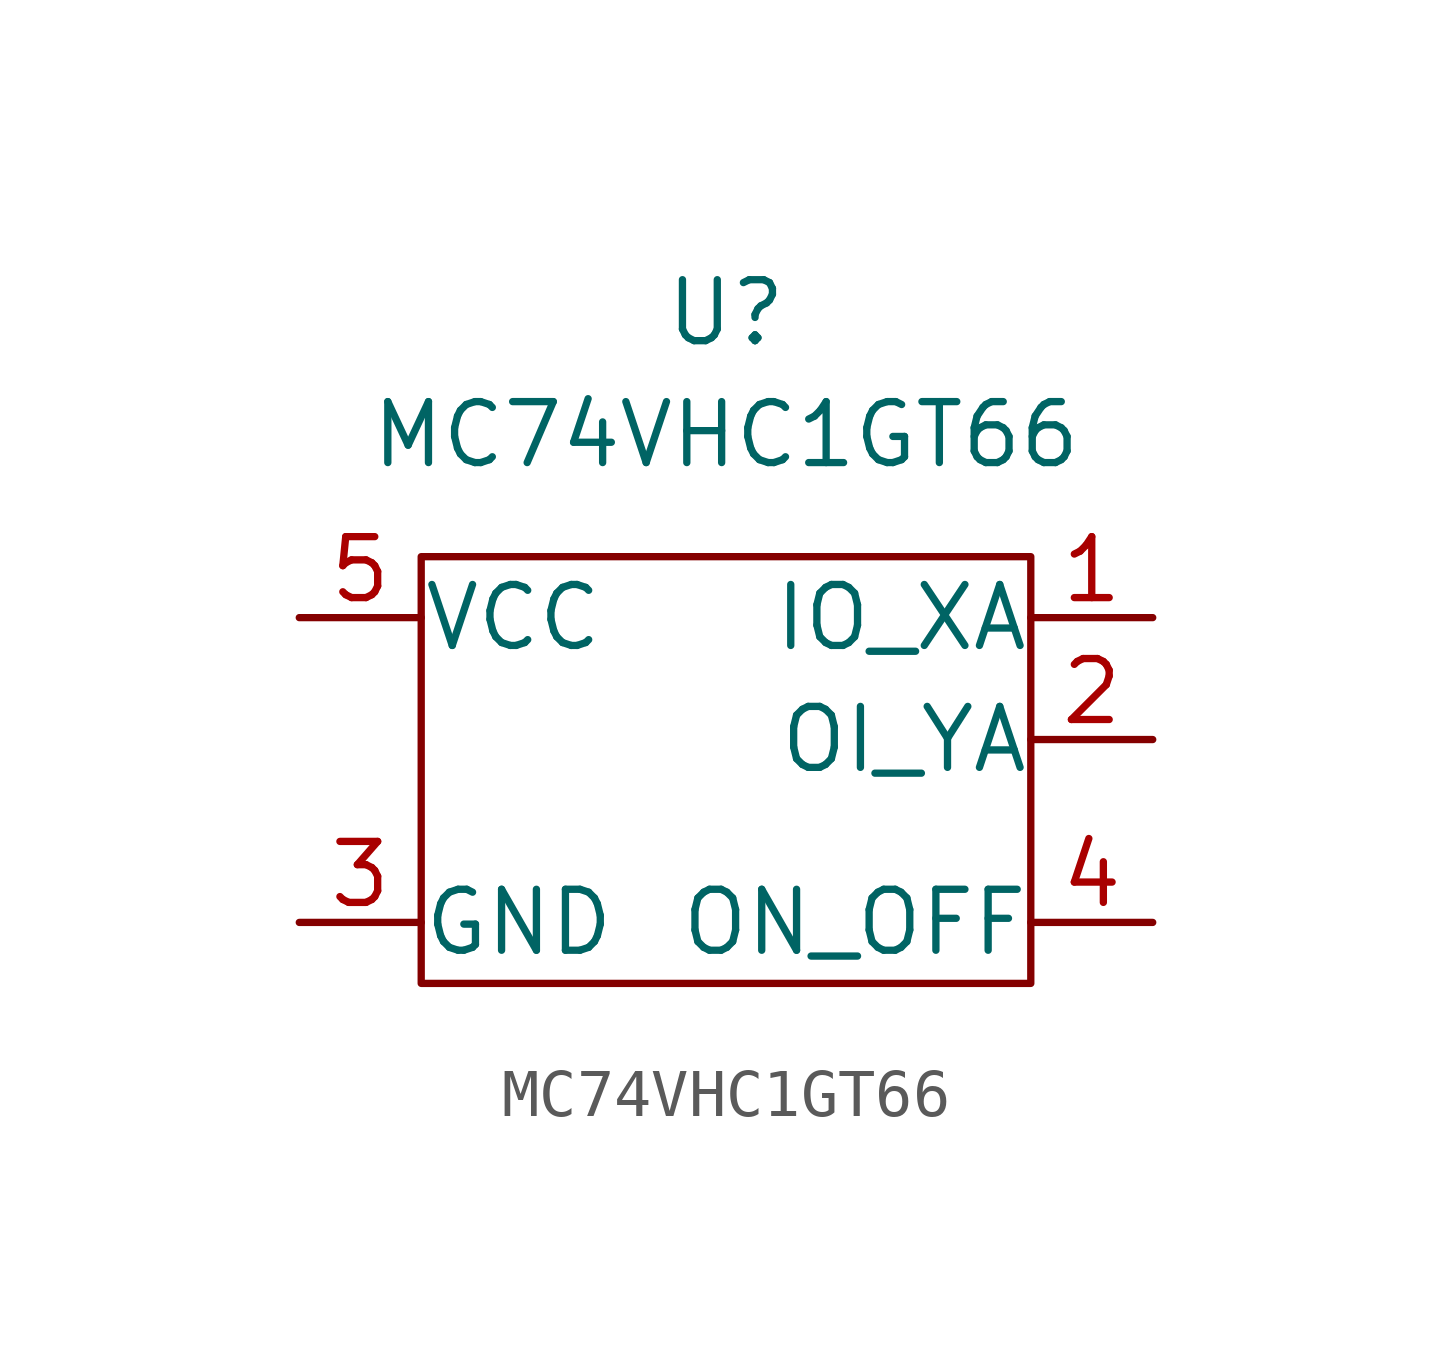
<source format=kicad_sym>
(kicad_symbol_lib
  (version 20220914)
  (generator kicad_symbol_editor)
  (symbol "MC74VHC1GT66"
    (pin_names
      (offset 0.002))
    (property "Reference" "U"
      (at 0 10.16 0)
      (effects (font (size 1.27 1.27))))
    (property "Value" "MC74VHC1GT66"
      (at 0 7.62 0)
      (effects (font (size 1.27 1.27))))
    (symbol "MC74VHC1GT66_0_0"
      (pin unspecified line (at 8.89 3.81 180) (length 2.54) (name "IO_XA" (effects (font (size 1.27 1.27)))) (number "1" (effects (font (size 1.27 1.27)))))
      (pin unspecified line (at 8.89 -2.54 180) (length 2.54) (name "ON_OFF" (effects (font (size 1.27 1.27)))) (number "4" (effects (font (size 1.27 1.27))))))
    (symbol "MC74VHC1GT66_1_0"
      (pin unspecified line (at 8.89 1.27 180) (length 2.54) (name "OI_YA" (effects (font (size 1.27 1.27)))) (number "2" (effects (font (size 1.27 1.27)))))
      (pin unspecified line (at -8.89 -2.54 0) (length 2.54) (name "GND" (effects (font (size 1.27 1.27)))) (number "3" (effects (font (size 1.27 1.27)))))
      (pin unspecified line (at -8.89 3.81 0) (length 2.54) (name "VCC" (effects (font (size 1.27 1.27)))) (number "5" (effects (font (size 1.27 1.27))))))
    (symbol "MC74VHC1GT66_1_1"
      (rectangle (start -6.35 5.08) (end 6.35 -3.81) (stroke (width 0) (type default)) (fill (type none))))))
</source>
